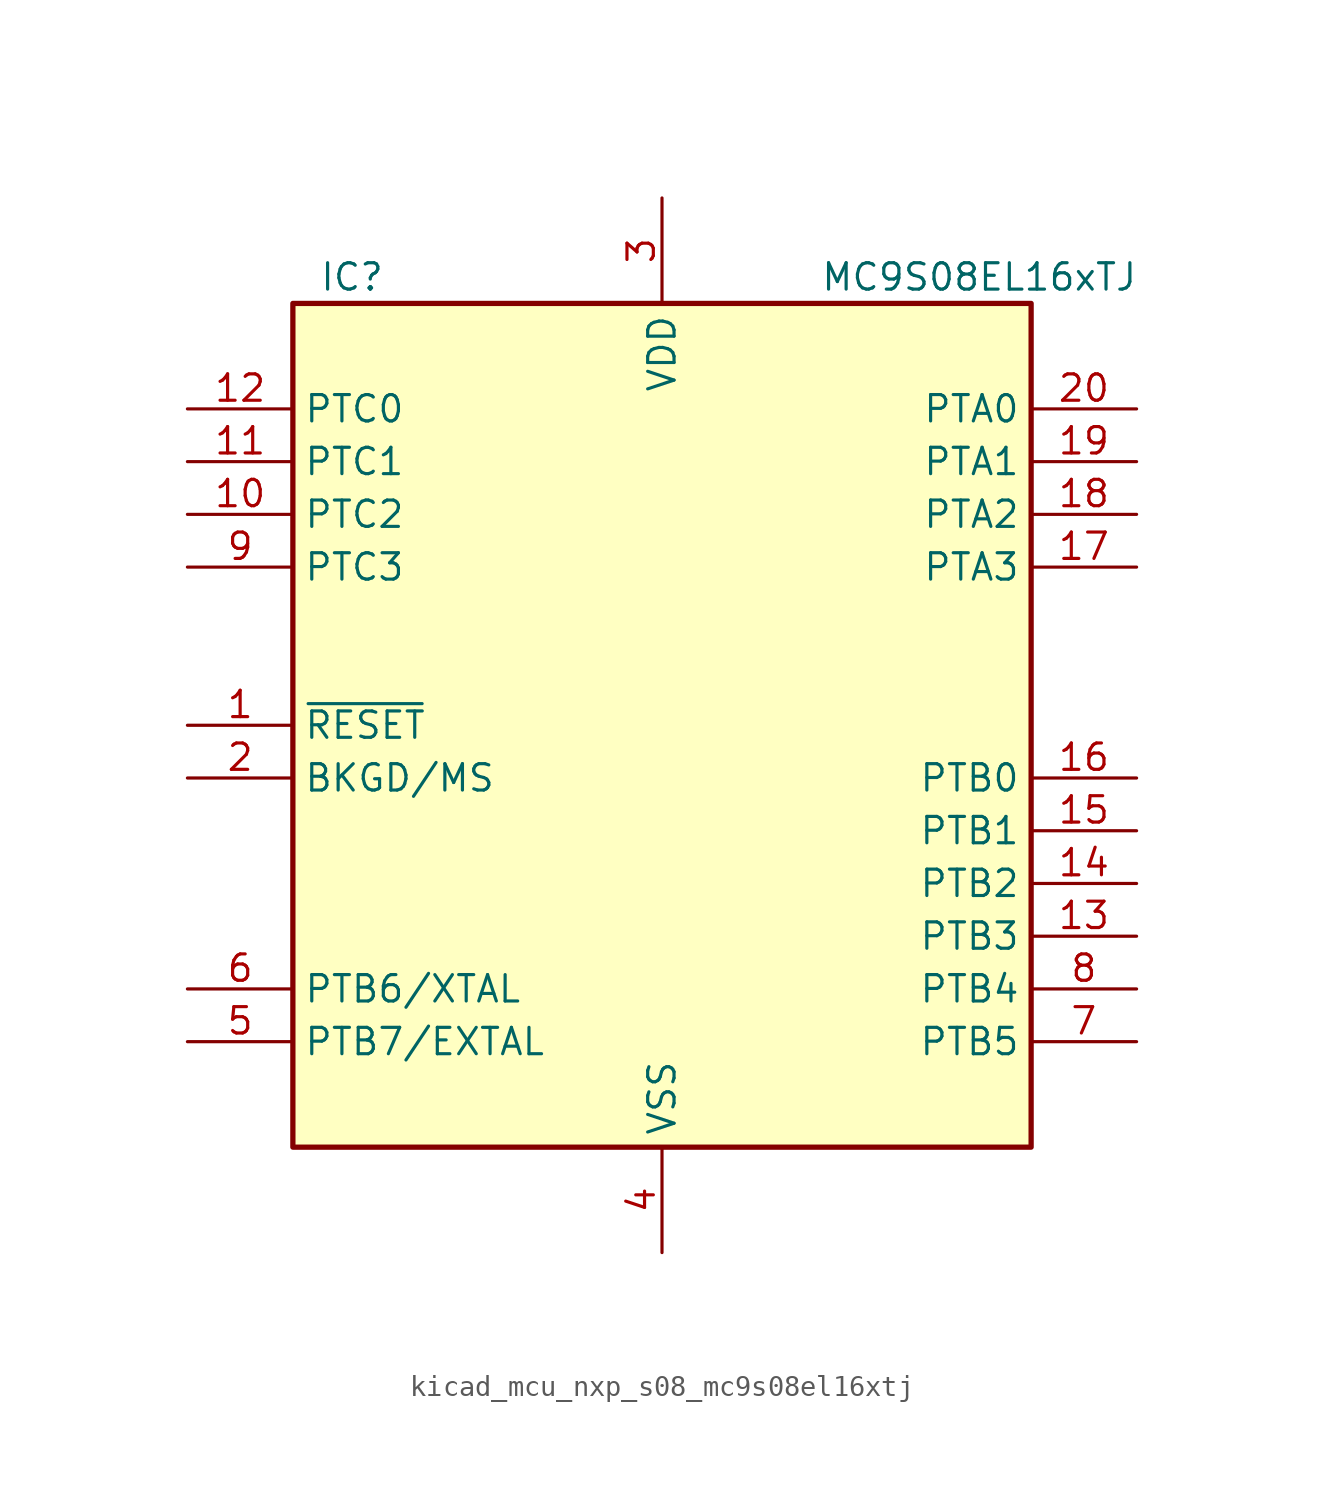
<source format=kicad_sym>
(kicad_symbol_lib
  (version 20220914)
  (generator kicad_symbol_editor)
  (symbol "kicad_mcu_nxp_s08_mc9s08el16xtj"
    (property "Reference" "IC"
      (at -16.51 21.59 0)
      (effects (font (size 1.27 1.27)) (justify left)))
    (property "Value" "MC9S08EL16xTJ"
      (at 7.62 21.59 0)
      (effects (font (size 1.27 1.27)) (justify left)))
    (symbol "kicad_mcu_nxp_s08_mc9s08el16xtj_0_1"
      (rectangle (start -17.78 20.32) (end 17.78 -20.32) (stroke (width 0.254) (type default)) (fill (type background))))
    (symbol "kicad_mcu_nxp_s08_mc9s08el16xtj_1_1"
      (pin input line (at -22.86 0 0) (length 5.08) (name "~{RESET}" (effects (font (size 1.27 1.27)))) (number "1" (effects (font (size 1.27 1.27)))))
      (pin bidirectional line (at -22.86 10.16 0) (length 5.08) (name "PTC2" (effects (font (size 1.27 1.27)))) (number "10" (effects (font (size 1.27 1.27)))))
      (pin bidirectional line (at -22.86 12.7 0) (length 5.08) (name "PTC1" (effects (font (size 1.27 1.27)))) (number "11" (effects (font (size 1.27 1.27)))))
      (pin bidirectional line (at -22.86 15.24 0) (length 5.08) (name "PTC0" (effects (font (size 1.27 1.27)))) (number "12" (effects (font (size 1.27 1.27)))))
      (pin bidirectional line (at 22.86 -10.16 180) (length 5.08) (name "PTB3" (effects (font (size 1.27 1.27)))) (number "13" (effects (font (size 1.27 1.27)))))
      (pin bidirectional line (at 22.86 -7.62 180) (length 5.08) (name "PTB2" (effects (font (size 1.27 1.27)))) (number "14" (effects (font (size 1.27 1.27)))))
      (pin bidirectional line (at 22.86 -5.08 180) (length 5.08) (name "PTB1" (effects (font (size 1.27 1.27)))) (number "15" (effects (font (size 1.27 1.27)))))
      (pin bidirectional line (at 22.86 -2.54 180) (length 5.08) (name "PTB0" (effects (font (size 1.27 1.27)))) (number "16" (effects (font (size 1.27 1.27)))))
      (pin bidirectional line (at 22.86 7.62 180) (length 5.08) (name "PTA3" (effects (font (size 1.27 1.27)))) (number "17" (effects (font (size 1.27 1.27)))))
      (pin bidirectional line (at 22.86 10.16 180) (length 5.08) (name "PTA2" (effects (font (size 1.27 1.27)))) (number "18" (effects (font (size 1.27 1.27)))))
      (pin bidirectional line (at 22.86 12.7 180) (length 5.08) (name "PTA1" (effects (font (size 1.27 1.27)))) (number "19" (effects (font (size 1.27 1.27)))))
      (pin bidirectional line (at -22.86 -2.54 0) (length 5.08) (name "BKGD/MS" (effects (font (size 1.27 1.27)))) (number "2" (effects (font (size 1.27 1.27)))))
      (pin bidirectional line (at 22.86 15.24 180) (length 5.08) (name "PTA0" (effects (font (size 1.27 1.27)))) (number "20" (effects (font (size 1.27 1.27)))))
      (pin power_in line (at 0 25.4 270) (length 5.08) (name "VDD" (effects (font (size 1.27 1.27)))) (number "3" (effects (font (size 1.27 1.27)))))
      (pin power_in line (at 0 -25.4 90) (length 5.08) (name "VSS" (effects (font (size 1.27 1.27)))) (number "4" (effects (font (size 1.27 1.27)))))
      (pin bidirectional line (at -22.86 -15.24 0) (length 5.08) (name "PTB7/EXTAL" (effects (font (size 1.27 1.27)))) (number "5" (effects (font (size 1.27 1.27)))))
      (pin bidirectional line (at -22.86 -12.7 0) (length 5.08) (name "PTB6/XTAL" (effects (font (size 1.27 1.27)))) (number "6" (effects (font (size 1.27 1.27)))))
      (pin bidirectional line (at 22.86 -15.24 180) (length 5.08) (name "PTB5" (effects (font (size 1.27 1.27)))) (number "7" (effects (font (size 1.27 1.27)))))
      (pin bidirectional line (at 22.86 -12.7 180) (length 5.08) (name "PTB4" (effects (font (size 1.27 1.27)))) (number "8" (effects (font (size 1.27 1.27)))))
      (pin bidirectional line (at -22.86 7.62 0) (length 5.08) (name "PTC3" (effects (font (size 1.27 1.27)))) (number "9" (effects (font (size 1.27 1.27))))))))
</source>
